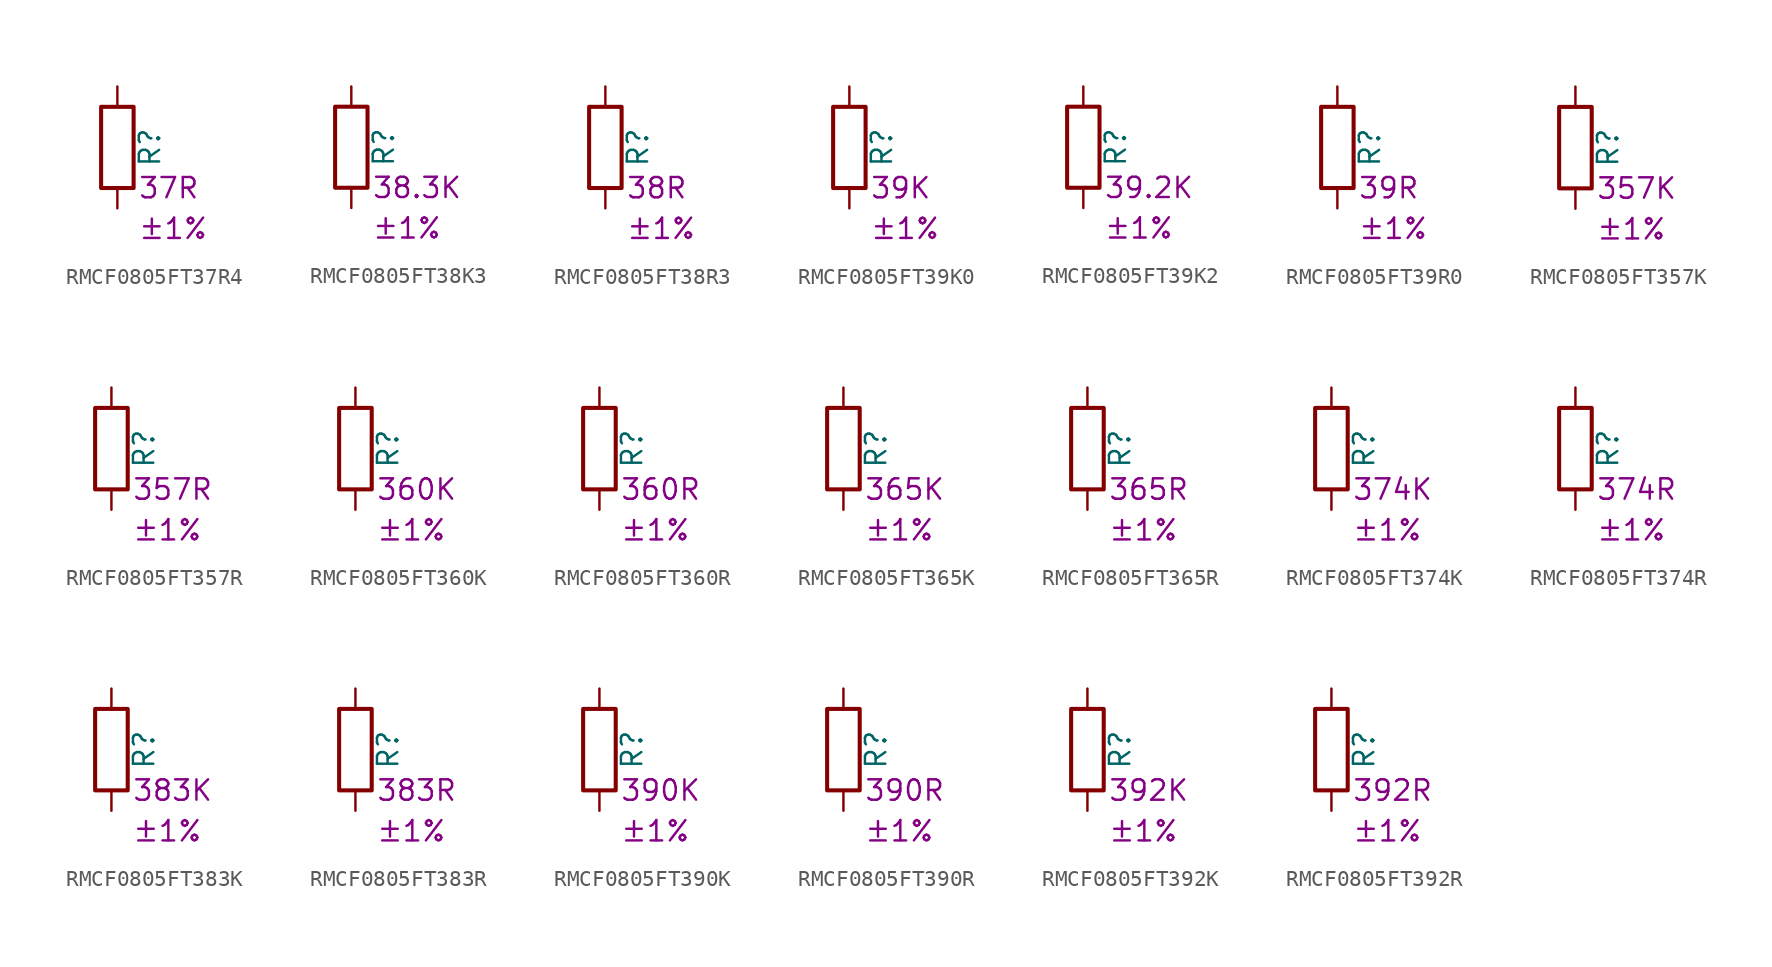
<source format=kicad_sym>
(kicad_symbol_lib
  (version 20220914)
  (generator kicad_symbol_editor)
  (symbol "RMCF0805FT37R4"
    (pin_numbers hide)
    (pin_names
      (offset 0))
    (property "Reference" "R"
      (at 2.032 0 90)
      (effects (font (size 1.27 1.27))))
    (property "Resistance" "37R"
      (at 1.27 -2.54 0)
      (effects (font (size 1.27 1.27)) (justify left)))
    (property "Tolerance" "±1%"
      (at 1.27 -5.08 0)
      (effects (font (size 1.27 1.27)) (justify left)))
    (symbol "RMCF0805FT37R4_0_1"
      (rectangle (start -1.016 -2.54) (end 1.016 2.54) (stroke (width 0.254) (type default)) (fill (type none))))
    (symbol "RMCF0805FT37R4_1_1"
      (pin passive line (at 0 3.81 270) (length 1.27) (name "~" (effects (font (size 1.27 1.27)))) (number "1" (effects (font (size 1.27 1.27)))))
      (pin passive line (at 0 -3.81 90) (length 1.27) (name "~" (effects (font (size 1.27 1.27)))) (number "2" (effects (font (size 1.27 1.27)))))))
  (symbol "RMCF0805FT38K3"
    (pin_numbers hide)
    (pin_names
      (offset 0))
    (property "Reference" "R"
      (at 2.032 0 90)
      (effects (font (size 1.27 1.27))))
    (property "Resistance" "38.3K"
      (at 1.27 -2.54 0)
      (effects (font (size 1.27 1.27)) (justify left)))
    (property "Tolerance" "±1%"
      (at 1.27 -5.08 0)
      (effects (font (size 1.27 1.27)) (justify left)))
    (symbol "RMCF0805FT38K3_0_1"
      (rectangle (start -1.016 -2.54) (end 1.016 2.54) (stroke (width 0.254) (type default)) (fill (type none))))
    (symbol "RMCF0805FT38K3_1_1"
      (pin passive line (at 0 3.81 270) (length 1.27) (name "~" (effects (font (size 1.27 1.27)))) (number "1" (effects (font (size 1.27 1.27)))))
      (pin passive line (at 0 -3.81 90) (length 1.27) (name "~" (effects (font (size 1.27 1.27)))) (number "2" (effects (font (size 1.27 1.27)))))))
  (symbol "RMCF0805FT38R3"
    (pin_numbers hide)
    (pin_names
      (offset 0))
    (property "Reference" "R"
      (at 2.032 0 90)
      (effects (font (size 1.27 1.27))))
    (property "Resistance" "38R"
      (at 1.27 -2.54 0)
      (effects (font (size 1.27 1.27)) (justify left)))
    (property "Tolerance" "±1%"
      (at 1.27 -5.08 0)
      (effects (font (size 1.27 1.27)) (justify left)))
    (symbol "RMCF0805FT38R3_0_1"
      (rectangle (start -1.016 -2.54) (end 1.016 2.54) (stroke (width 0.254) (type default)) (fill (type none))))
    (symbol "RMCF0805FT38R3_1_1"
      (pin passive line (at 0 3.81 270) (length 1.27) (name "~" (effects (font (size 1.27 1.27)))) (number "1" (effects (font (size 1.27 1.27)))))
      (pin passive line (at 0 -3.81 90) (length 1.27) (name "~" (effects (font (size 1.27 1.27)))) (number "2" (effects (font (size 1.27 1.27)))))))
  (symbol "RMCF0805FT39K0"
    (pin_numbers hide)
    (pin_names
      (offset 0))
    (property "Reference" "R"
      (at 2.032 0 90)
      (effects (font (size 1.27 1.27))))
    (property "Resistance" "39K"
      (at 1.27 -2.54 0)
      (effects (font (size 1.27 1.27)) (justify left)))
    (property "Tolerance" "±1%"
      (at 1.27 -5.08 0)
      (effects (font (size 1.27 1.27)) (justify left)))
    (symbol "RMCF0805FT39K0_0_1"
      (rectangle (start -1.016 -2.54) (end 1.016 2.54) (stroke (width 0.254) (type default)) (fill (type none))))
    (symbol "RMCF0805FT39K0_1_1"
      (pin passive line (at 0 3.81 270) (length 1.27) (name "~" (effects (font (size 1.27 1.27)))) (number "1" (effects (font (size 1.27 1.27)))))
      (pin passive line (at 0 -3.81 90) (length 1.27) (name "~" (effects (font (size 1.27 1.27)))) (number "2" (effects (font (size 1.27 1.27)))))))
  (symbol "RMCF0805FT39K2"
    (pin_numbers hide)
    (pin_names
      (offset 0))
    (property "Reference" "R"
      (at 2.032 0 90)
      (effects (font (size 1.27 1.27))))
    (property "Resistance" "39.2K"
      (at 1.27 -2.54 0)
      (effects (font (size 1.27 1.27)) (justify left)))
    (property "Tolerance" "±1%"
      (at 1.27 -5.08 0)
      (effects (font (size 1.27 1.27)) (justify left)))
    (symbol "RMCF0805FT39K2_0_1"
      (rectangle (start -1.016 -2.54) (end 1.016 2.54) (stroke (width 0.254) (type default)) (fill (type none))))
    (symbol "RMCF0805FT39K2_1_1"
      (pin passive line (at 0 3.81 270) (length 1.27) (name "~" (effects (font (size 1.27 1.27)))) (number "1" (effects (font (size 1.27 1.27)))))
      (pin passive line (at 0 -3.81 90) (length 1.27) (name "~" (effects (font (size 1.27 1.27)))) (number "2" (effects (font (size 1.27 1.27)))))))
  (symbol "RMCF0805FT39R0"
    (pin_numbers hide)
    (pin_names
      (offset 0))
    (property "Reference" "R"
      (at 2.032 0 90)
      (effects (font (size 1.27 1.27))))
    (property "Resistance" "39R"
      (at 1.27 -2.54 0)
      (effects (font (size 1.27 1.27)) (justify left)))
    (property "Tolerance" "±1%"
      (at 1.27 -5.08 0)
      (effects (font (size 1.27 1.27)) (justify left)))
    (symbol "RMCF0805FT39R0_0_1"
      (rectangle (start -1.016 -2.54) (end 1.016 2.54) (stroke (width 0.254) (type default)) (fill (type none))))
    (symbol "RMCF0805FT39R0_1_1"
      (pin passive line (at 0 3.81 270) (length 1.27) (name "~" (effects (font (size 1.27 1.27)))) (number "1" (effects (font (size 1.27 1.27)))))
      (pin passive line (at 0 -3.81 90) (length 1.27) (name "~" (effects (font (size 1.27 1.27)))) (number "2" (effects (font (size 1.27 1.27)))))))
  (symbol "RMCF0805FT357K"
    (pin_numbers hide)
    (pin_names
      (offset 0))
    (property "Reference" "R"
      (at 2.032 0 90)
      (effects (font (size 1.27 1.27))))
    (property "Resistance" "357K"
      (at 1.27 -2.54 0)
      (effects (font (size 1.27 1.27)) (justify left)))
    (property "Tolerance" "±1%"
      (at 1.27 -5.08 0)
      (effects (font (size 1.27 1.27)) (justify left)))
    (symbol "RMCF0805FT357K_0_1"
      (rectangle (start -1.016 -2.54) (end 1.016 2.54) (stroke (width 0.254) (type default)) (fill (type none))))
    (symbol "RMCF0805FT357K_1_1"
      (pin passive line (at 0 3.81 270) (length 1.27) (name "~" (effects (font (size 1.27 1.27)))) (number "1" (effects (font (size 1.27 1.27)))))
      (pin passive line (at 0 -3.81 90) (length 1.27) (name "~" (effects (font (size 1.27 1.27)))) (number "2" (effects (font (size 1.27 1.27)))))))
  (symbol "RMCF0805FT357R"
    (pin_numbers hide)
    (pin_names
      (offset 0))
    (property "Reference" "R"
      (at 2.032 0 90)
      (effects (font (size 1.27 1.27))))
    (property "Resistance" "357R"
      (at 1.27 -2.54 0)
      (effects (font (size 1.27 1.27)) (justify left)))
    (property "Tolerance" "±1%"
      (at 1.27 -5.08 0)
      (effects (font (size 1.27 1.27)) (justify left)))
    (symbol "RMCF0805FT357R_0_1"
      (rectangle (start -1.016 -2.54) (end 1.016 2.54) (stroke (width 0.254) (type default)) (fill (type none))))
    (symbol "RMCF0805FT357R_1_1"
      (pin passive line (at 0 3.81 270) (length 1.27) (name "~" (effects (font (size 1.27 1.27)))) (number "1" (effects (font (size 1.27 1.27)))))
      (pin passive line (at 0 -3.81 90) (length 1.27) (name "~" (effects (font (size 1.27 1.27)))) (number "2" (effects (font (size 1.27 1.27)))))))
  (symbol "RMCF0805FT360K"
    (pin_numbers hide)
    (pin_names
      (offset 0))
    (property "Reference" "R"
      (at 2.032 0 90)
      (effects (font (size 1.27 1.27))))
    (property "Resistance" "360K"
      (at 1.27 -2.54 0)
      (effects (font (size 1.27 1.27)) (justify left)))
    (property "Tolerance" "±1%"
      (at 1.27 -5.08 0)
      (effects (font (size 1.27 1.27)) (justify left)))
    (symbol "RMCF0805FT360K_0_1"
      (rectangle (start -1.016 -2.54) (end 1.016 2.54) (stroke (width 0.254) (type default)) (fill (type none))))
    (symbol "RMCF0805FT360K_1_1"
      (pin passive line (at 0 3.81 270) (length 1.27) (name "~" (effects (font (size 1.27 1.27)))) (number "1" (effects (font (size 1.27 1.27)))))
      (pin passive line (at 0 -3.81 90) (length 1.27) (name "~" (effects (font (size 1.27 1.27)))) (number "2" (effects (font (size 1.27 1.27)))))))
  (symbol "RMCF0805FT360R"
    (pin_numbers hide)
    (pin_names
      (offset 0))
    (property "Reference" "R"
      (at 2.032 0 90)
      (effects (font (size 1.27 1.27))))
    (property "Resistance" "360R"
      (at 1.27 -2.54 0)
      (effects (font (size 1.27 1.27)) (justify left)))
    (property "Tolerance" "±1%"
      (at 1.27 -5.08 0)
      (effects (font (size 1.27 1.27)) (justify left)))
    (symbol "RMCF0805FT360R_0_1"
      (rectangle (start -1.016 -2.54) (end 1.016 2.54) (stroke (width 0.254) (type default)) (fill (type none))))
    (symbol "RMCF0805FT360R_1_1"
      (pin passive line (at 0 3.81 270) (length 1.27) (name "~" (effects (font (size 1.27 1.27)))) (number "1" (effects (font (size 1.27 1.27)))))
      (pin passive line (at 0 -3.81 90) (length 1.27) (name "~" (effects (font (size 1.27 1.27)))) (number "2" (effects (font (size 1.27 1.27)))))))
  (symbol "RMCF0805FT365K"
    (pin_numbers hide)
    (pin_names
      (offset 0))
    (property "Reference" "R"
      (at 2.032 0 90)
      (effects (font (size 1.27 1.27))))
    (property "Resistance" "365K"
      (at 1.27 -2.54 0)
      (effects (font (size 1.27 1.27)) (justify left)))
    (property "Tolerance" "±1%"
      (at 1.27 -5.08 0)
      (effects (font (size 1.27 1.27)) (justify left)))
    (symbol "RMCF0805FT365K_0_1"
      (rectangle (start -1.016 -2.54) (end 1.016 2.54) (stroke (width 0.254) (type default)) (fill (type none))))
    (symbol "RMCF0805FT365K_1_1"
      (pin passive line (at 0 3.81 270) (length 1.27) (name "~" (effects (font (size 1.27 1.27)))) (number "1" (effects (font (size 1.27 1.27)))))
      (pin passive line (at 0 -3.81 90) (length 1.27) (name "~" (effects (font (size 1.27 1.27)))) (number "2" (effects (font (size 1.27 1.27)))))))
  (symbol "RMCF0805FT365R"
    (pin_numbers hide)
    (pin_names
      (offset 0))
    (property "Reference" "R"
      (at 2.032 0 90)
      (effects (font (size 1.27 1.27))))
    (property "Resistance" "365R"
      (at 1.27 -2.54 0)
      (effects (font (size 1.27 1.27)) (justify left)))
    (property "Tolerance" "±1%"
      (at 1.27 -5.08 0)
      (effects (font (size 1.27 1.27)) (justify left)))
    (symbol "RMCF0805FT365R_0_1"
      (rectangle (start -1.016 -2.54) (end 1.016 2.54) (stroke (width 0.254) (type default)) (fill (type none))))
    (symbol "RMCF0805FT365R_1_1"
      (pin passive line (at 0 3.81 270) (length 1.27) (name "~" (effects (font (size 1.27 1.27)))) (number "1" (effects (font (size 1.27 1.27)))))
      (pin passive line (at 0 -3.81 90) (length 1.27) (name "~" (effects (font (size 1.27 1.27)))) (number "2" (effects (font (size 1.27 1.27)))))))
  (symbol "RMCF0805FT374K"
    (pin_numbers hide)
    (pin_names
      (offset 0))
    (property "Reference" "R"
      (at 2.032 0 90)
      (effects (font (size 1.27 1.27))))
    (property "Resistance" "374K"
      (at 1.27 -2.54 0)
      (effects (font (size 1.27 1.27)) (justify left)))
    (property "Tolerance" "±1%"
      (at 1.27 -5.08 0)
      (effects (font (size 1.27 1.27)) (justify left)))
    (symbol "RMCF0805FT374K_0_1"
      (rectangle (start -1.016 -2.54) (end 1.016 2.54) (stroke (width 0.254) (type default)) (fill (type none))))
    (symbol "RMCF0805FT374K_1_1"
      (pin passive line (at 0 3.81 270) (length 1.27) (name "~" (effects (font (size 1.27 1.27)))) (number "1" (effects (font (size 1.27 1.27)))))
      (pin passive line (at 0 -3.81 90) (length 1.27) (name "~" (effects (font (size 1.27 1.27)))) (number "2" (effects (font (size 1.27 1.27)))))))
  (symbol "RMCF0805FT374R"
    (pin_numbers hide)
    (pin_names
      (offset 0))
    (property "Reference" "R"
      (at 2.032 0 90)
      (effects (font (size 1.27 1.27))))
    (property "Resistance" "374R"
      (at 1.27 -2.54 0)
      (effects (font (size 1.27 1.27)) (justify left)))
    (property "Tolerance" "±1%"
      (at 1.27 -5.08 0)
      (effects (font (size 1.27 1.27)) (justify left)))
    (symbol "RMCF0805FT374R_0_1"
      (rectangle (start -1.016 -2.54) (end 1.016 2.54) (stroke (width 0.254) (type default)) (fill (type none))))
    (symbol "RMCF0805FT374R_1_1"
      (pin passive line (at 0 3.81 270) (length 1.27) (name "~" (effects (font (size 1.27 1.27)))) (number "1" (effects (font (size 1.27 1.27)))))
      (pin passive line (at 0 -3.81 90) (length 1.27) (name "~" (effects (font (size 1.27 1.27)))) (number "2" (effects (font (size 1.27 1.27)))))))
  (symbol "RMCF0805FT383K"
    (pin_numbers hide)
    (pin_names
      (offset 0))
    (property "Reference" "R"
      (at 2.032 0 90)
      (effects (font (size 1.27 1.27))))
    (property "Resistance" "383K"
      (at 1.27 -2.54 0)
      (effects (font (size 1.27 1.27)) (justify left)))
    (property "Tolerance" "±1%"
      (at 1.27 -5.08 0)
      (effects (font (size 1.27 1.27)) (justify left)))
    (symbol "RMCF0805FT383K_0_1"
      (rectangle (start -1.016 -2.54) (end 1.016 2.54) (stroke (width 0.254) (type default)) (fill (type none))))
    (symbol "RMCF0805FT383K_1_1"
      (pin passive line (at 0 3.81 270) (length 1.27) (name "~" (effects (font (size 1.27 1.27)))) (number "1" (effects (font (size 1.27 1.27)))))
      (pin passive line (at 0 -3.81 90) (length 1.27) (name "~" (effects (font (size 1.27 1.27)))) (number "2" (effects (font (size 1.27 1.27)))))))
  (symbol "RMCF0805FT383R"
    (pin_numbers hide)
    (pin_names
      (offset 0))
    (property "Reference" "R"
      (at 2.032 0 90)
      (effects (font (size 1.27 1.27))))
    (property "Resistance" "383R"
      (at 1.27 -2.54 0)
      (effects (font (size 1.27 1.27)) (justify left)))
    (property "Tolerance" "±1%"
      (at 1.27 -5.08 0)
      (effects (font (size 1.27 1.27)) (justify left)))
    (symbol "RMCF0805FT383R_0_1"
      (rectangle (start -1.016 -2.54) (end 1.016 2.54) (stroke (width 0.254) (type default)) (fill (type none))))
    (symbol "RMCF0805FT383R_1_1"
      (pin passive line (at 0 3.81 270) (length 1.27) (name "~" (effects (font (size 1.27 1.27)))) (number "1" (effects (font (size 1.27 1.27)))))
      (pin passive line (at 0 -3.81 90) (length 1.27) (name "~" (effects (font (size 1.27 1.27)))) (number "2" (effects (font (size 1.27 1.27)))))))
  (symbol "RMCF0805FT390K"
    (pin_numbers hide)
    (pin_names
      (offset 0))
    (property "Reference" "R"
      (at 2.032 0 90)
      (effects (font (size 1.27 1.27))))
    (property "Resistance" "390K"
      (at 1.27 -2.54 0)
      (effects (font (size 1.27 1.27)) (justify left)))
    (property "Tolerance" "±1%"
      (at 1.27 -5.08 0)
      (effects (font (size 1.27 1.27)) (justify left)))
    (symbol "RMCF0805FT390K_0_1"
      (rectangle (start -1.016 -2.54) (end 1.016 2.54) (stroke (width 0.254) (type default)) (fill (type none))))
    (symbol "RMCF0805FT390K_1_1"
      (pin passive line (at 0 3.81 270) (length 1.27) (name "~" (effects (font (size 1.27 1.27)))) (number "1" (effects (font (size 1.27 1.27)))))
      (pin passive line (at 0 -3.81 90) (length 1.27) (name "~" (effects (font (size 1.27 1.27)))) (number "2" (effects (font (size 1.27 1.27)))))))
  (symbol "RMCF0805FT390R"
    (pin_numbers hide)
    (pin_names
      (offset 0))
    (property "Reference" "R"
      (at 2.032 0 90)
      (effects (font (size 1.27 1.27))))
    (property "Resistance" "390R"
      (at 1.27 -2.54 0)
      (effects (font (size 1.27 1.27)) (justify left)))
    (property "Tolerance" "±1%"
      (at 1.27 -5.08 0)
      (effects (font (size 1.27 1.27)) (justify left)))
    (symbol "RMCF0805FT390R_0_1"
      (rectangle (start -1.016 -2.54) (end 1.016 2.54) (stroke (width 0.254) (type default)) (fill (type none))))
    (symbol "RMCF0805FT390R_1_1"
      (pin passive line (at 0 3.81 270) (length 1.27) (name "~" (effects (font (size 1.27 1.27)))) (number "1" (effects (font (size 1.27 1.27)))))
      (pin passive line (at 0 -3.81 90) (length 1.27) (name "~" (effects (font (size 1.27 1.27)))) (number "2" (effects (font (size 1.27 1.27)))))))
  (symbol "RMCF0805FT392K"
    (pin_numbers hide)
    (pin_names
      (offset 0))
    (property "Reference" "R"
      (at 2.032 0 90)
      (effects (font (size 1.27 1.27))))
    (property "Resistance" "392K"
      (at 1.27 -2.54 0)
      (effects (font (size 1.27 1.27)) (justify left)))
    (property "Tolerance" "±1%"
      (at 1.27 -5.08 0)
      (effects (font (size 1.27 1.27)) (justify left)))
    (symbol "RMCF0805FT392K_0_1"
      (rectangle (start -1.016 -2.54) (end 1.016 2.54) (stroke (width 0.254) (type default)) (fill (type none))))
    (symbol "RMCF0805FT392K_1_1"
      (pin passive line (at 0 3.81 270) (length 1.27) (name "~" (effects (font (size 1.27 1.27)))) (number "1" (effects (font (size 1.27 1.27)))))
      (pin passive line (at 0 -3.81 90) (length 1.27) (name "~" (effects (font (size 1.27 1.27)))) (number "2" (effects (font (size 1.27 1.27)))))))
  (symbol "RMCF0805FT392R"
    (pin_numbers hide)
    (pin_names
      (offset 0))
    (property "Reference" "R"
      (at 2.032 0 90)
      (effects (font (size 1.27 1.27))))
    (property "Resistance" "392R"
      (at 1.27 -2.54 0)
      (effects (font (size 1.27 1.27)) (justify left)))
    (property "Tolerance" "±1%"
      (at 1.27 -5.08 0)
      (effects (font (size 1.27 1.27)) (justify left)))
    (symbol "RMCF0805FT392R_0_1"
      (rectangle (start -1.016 -2.54) (end 1.016 2.54) (stroke (width 0.254) (type default)) (fill (type none))))
    (symbol "RMCF0805FT392R_1_1"
      (pin passive line (at 0 3.81 270) (length 1.27) (name "~" (effects (font (size 1.27 1.27)))) (number "1" (effects (font (size 1.27 1.27)))))
      (pin passive line (at 0 -3.81 90) (length 1.27) (name "~" (effects (font (size 1.27 1.27)))) (number "2" (effects (font (size 1.27 1.27))))))))
</source>
